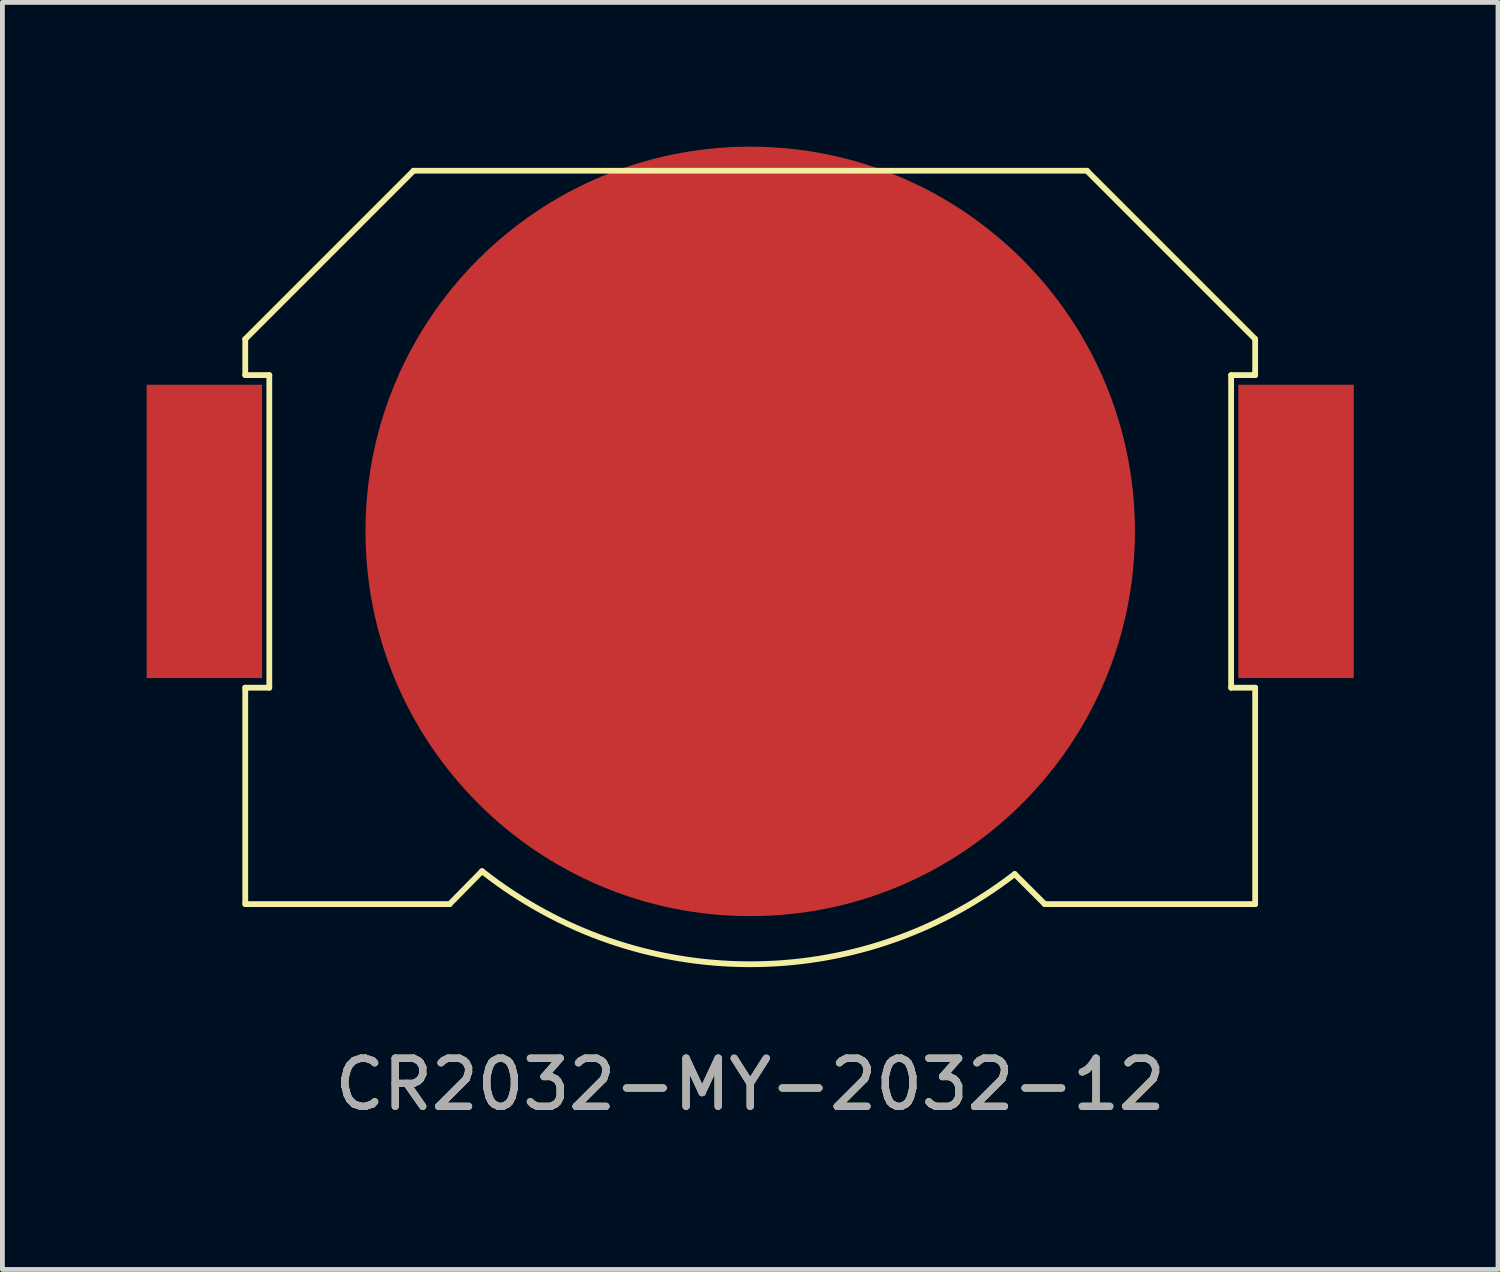
<source format=kicad_pcb>
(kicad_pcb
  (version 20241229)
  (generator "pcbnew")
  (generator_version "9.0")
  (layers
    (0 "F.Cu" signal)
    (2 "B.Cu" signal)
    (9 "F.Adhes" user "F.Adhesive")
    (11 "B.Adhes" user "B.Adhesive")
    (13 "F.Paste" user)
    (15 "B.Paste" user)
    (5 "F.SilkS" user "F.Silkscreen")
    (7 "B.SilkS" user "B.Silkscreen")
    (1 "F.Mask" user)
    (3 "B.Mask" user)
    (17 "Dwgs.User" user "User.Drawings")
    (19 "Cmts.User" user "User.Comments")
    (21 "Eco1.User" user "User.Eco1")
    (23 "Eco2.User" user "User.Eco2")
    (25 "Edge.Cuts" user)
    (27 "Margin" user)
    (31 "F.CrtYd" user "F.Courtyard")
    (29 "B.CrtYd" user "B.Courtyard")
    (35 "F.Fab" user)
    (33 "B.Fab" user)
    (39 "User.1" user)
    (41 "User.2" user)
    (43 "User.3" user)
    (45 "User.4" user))
  (footprint "CR2032-MY-2032-12"
    (layer "F.Cu")
    (at 12.55 8)
    (property "Reference" "CR2032-MY-2032-12" (at 0 11.5 0) (unlocked yes) (layer "F.SilkS") (effects (font (size 1 1) (thickness 0.15))))
    (attr smd)
    (fp_line (start -10.5 -4) (end -10.5 -3.25) (stroke (width 0.12) (type solid)) (layer "F.SilkS"))
    (fp_line (start -10.5 -4) (end -7 -7.5) (stroke (width 0.12) (type solid)) (layer "F.SilkS"))
    (fp_line (start -10.5 -3.25) (end -10 -3.25) (stroke (width 0.12) (type solid)) (layer "F.SilkS"))
    (fp_line (start -10.5 3.25) (end -10.5 7.75) (stroke (width 0.12) (type solid)) (layer "F.SilkS"))
    (fp_line (start -10.5 7.75) (end -6.25 7.75) (stroke (width 0.12) (type solid)) (layer "F.SilkS"))
    (fp_line (start -10 -3.25) (end -10 3.25) (stroke (width 0.12) (type solid)) (layer "F.SilkS"))
    (fp_line (start -10 3.25) (end -10.5 3.25) (stroke (width 0.12) (type solid)) (layer "F.SilkS"))
    (fp_line (start -7 -7.5) (end 7 -7.5) (stroke (width 0.12) (type solid)) (layer "F.SilkS"))
    (fp_line (start -6.25 7.75) (end -5.577 7.065) (stroke (width 0.12) (type solid)) (layer "F.SilkS"))
    (fp_line (start 6.125 7.75) (end 5.5 7.125) (stroke (width 0.12) (type solid)) (layer "F.SilkS"))
    (fp_line (start 6.125 7.75) (end 10.5 7.75) (stroke (width 0.12) (type solid)) (layer "F.SilkS"))
    (fp_line (start 10 -3.25) (end 10 3.25) (stroke (width 0.12) (type solid)) (layer "F.SilkS"))
    (fp_line (start 10 3.25) (end 10.5 3.25) (stroke (width 0.12) (type solid)) (layer "F.SilkS"))
    (fp_line (start 10.5 -4) (end 7 -7.5) (stroke (width 0.12) (type solid)) (layer "F.SilkS"))
    (fp_line (start 10.5 -4) (end 10.5 -3.25) (stroke (width 0.12) (type solid)) (layer "F.SilkS"))
    (fp_line (start 10.5 -3.25) (end 10 -3.25) (stroke (width 0.12) (type solid)) (layer "F.SilkS"))
    (fp_line (start 10.5 3.25) (end 10.5 7.75) (stroke (width 0.12) (type solid)) (layer "F.SilkS"))
    (fp_arc (start 5.5 7.125) (mid -0.049056 9.000734) (end -5.577336 7.064626) (stroke (width 0.12) (type solid)) (layer "F.SilkS"))
    (fp_text user "${REFERENCE}" (at 0 11.5 0) (unlocked yes) (layer "F.Fab") (effects (font (size 1 1) (thickness 0.15))))
    (pad "1" smd rect (at -11.35 0) (size 2.4 6.1) (layers "F.Cu" "F.Mask" "F.Paste"))
    (pad "1" smd rect (at 11.35 0) (size 2.4 6.1) (layers "F.Cu" "F.Mask" "F.Paste"))
    (pad "2" smd circle (at 0 0) (size 16 16) (layers "F.Cu" "F.Mask" "F.Paste")))
  (gr_rect
    (start -3 -3)
    (end 28.1 23.348)
    (stroke (width 0.1) (type default))
    (fill no)
    (layer "Edge.Cuts")))
</source>
